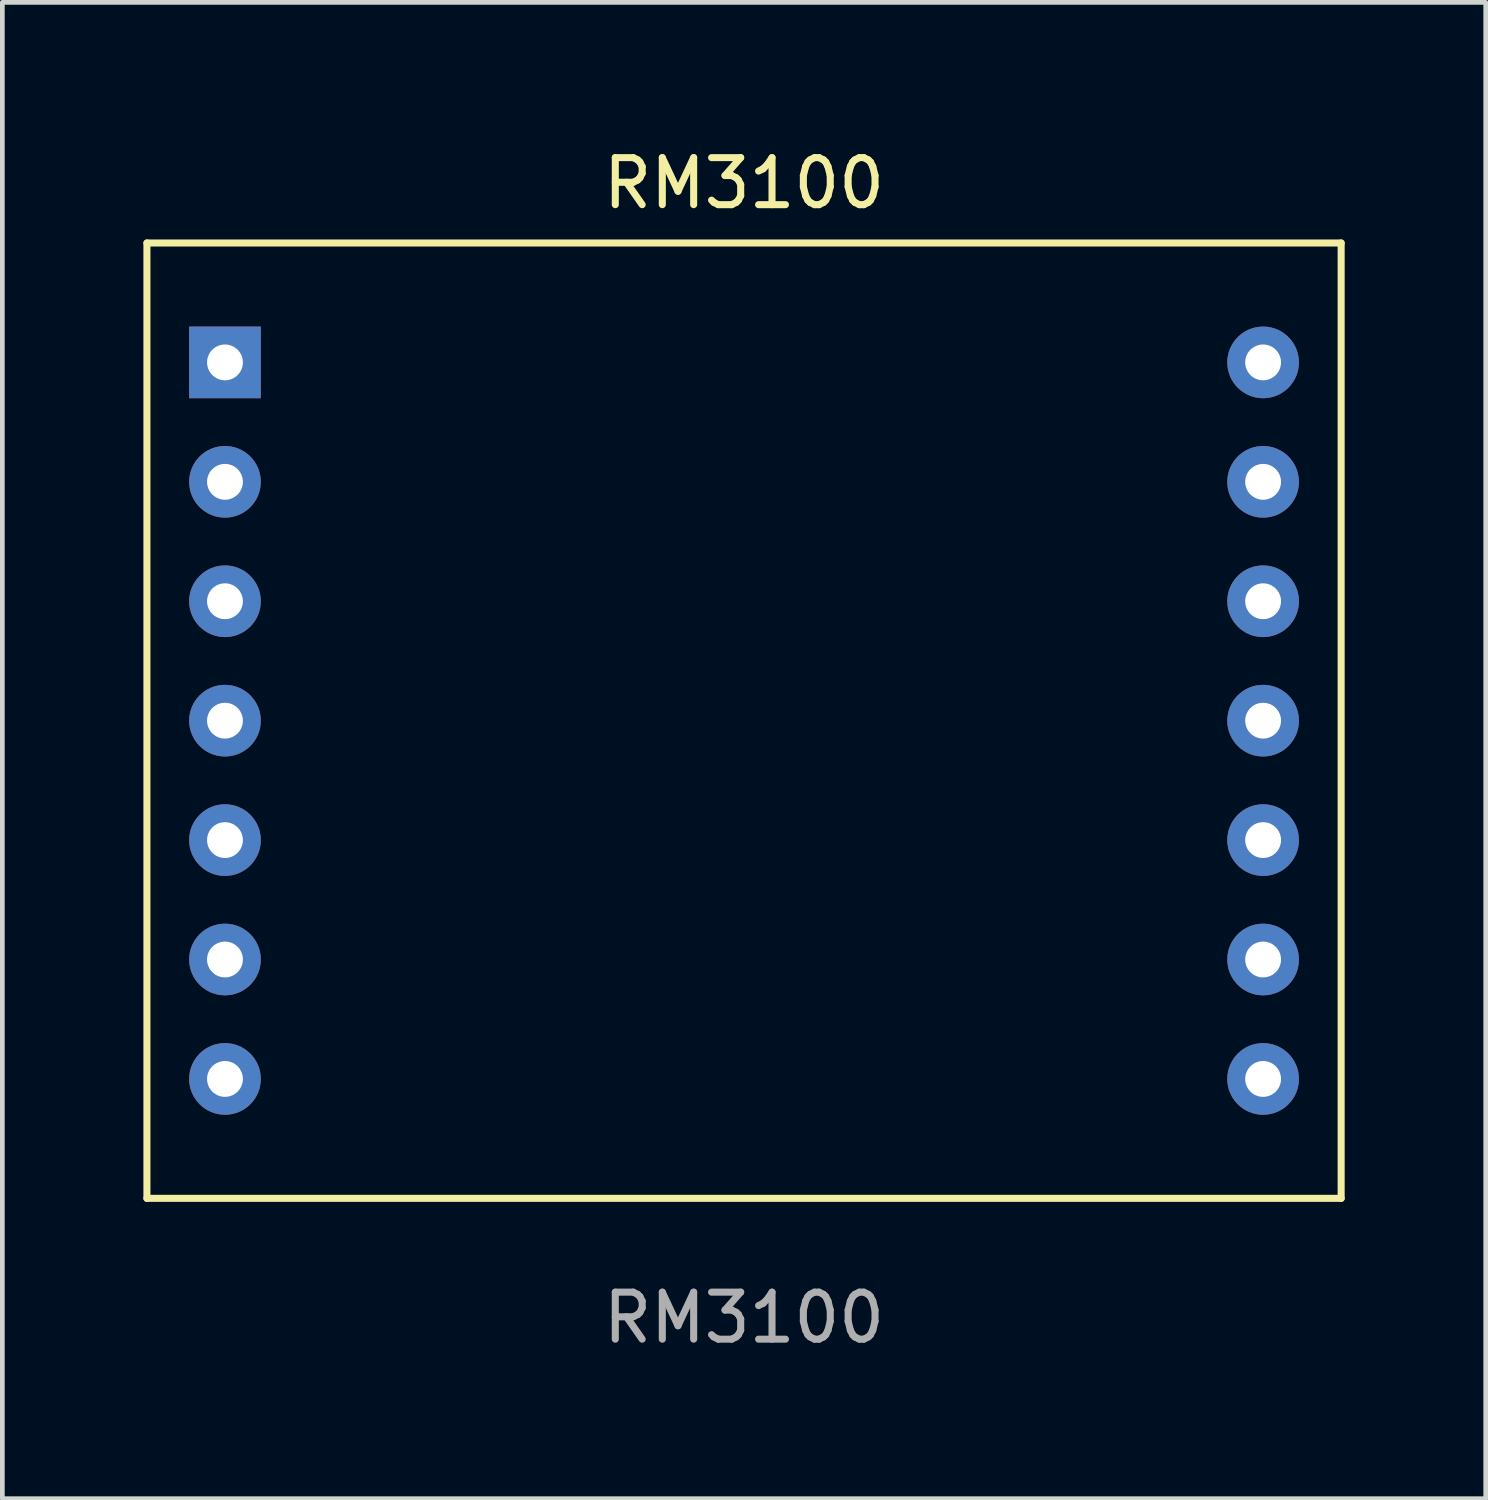
<source format=kicad_pcb>
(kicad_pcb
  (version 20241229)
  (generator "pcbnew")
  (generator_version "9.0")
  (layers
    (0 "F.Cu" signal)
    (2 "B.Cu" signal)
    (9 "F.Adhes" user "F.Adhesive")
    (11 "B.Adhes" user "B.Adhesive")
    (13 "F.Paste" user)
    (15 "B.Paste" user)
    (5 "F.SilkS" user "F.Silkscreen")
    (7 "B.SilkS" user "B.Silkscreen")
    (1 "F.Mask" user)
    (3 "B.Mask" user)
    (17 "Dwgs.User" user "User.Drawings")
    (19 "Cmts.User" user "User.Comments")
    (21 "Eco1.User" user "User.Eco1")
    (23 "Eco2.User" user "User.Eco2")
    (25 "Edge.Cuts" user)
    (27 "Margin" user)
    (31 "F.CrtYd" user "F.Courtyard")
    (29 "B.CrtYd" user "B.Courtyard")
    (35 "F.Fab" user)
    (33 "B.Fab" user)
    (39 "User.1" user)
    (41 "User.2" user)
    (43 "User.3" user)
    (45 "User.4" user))
  (footprint "RM3100"
    (layer "F.Cu")
    (at 12.775 12.278)
    (property "Reference" "RM3100" (at 0 -11.43 0) (unlocked yes) (layer "F.SilkS") (effects (font (size 1 1) (thickness 0.15))))
    (attr through_hole)
    (fp_line (start -12.7 -10.16) (end -12.7 10.16) (stroke (width 0.15) (type solid)) (layer "F.SilkS"))
    (fp_line (start -12.7 -10.16) (end 12.7 -10.16) (stroke (width 0.15) (type solid)) (layer "F.SilkS"))
    (fp_line (start -12.7 10.16) (end 12.7 10.16) (stroke (width 0.15) (type solid)) (layer "F.SilkS"))
    (fp_line (start 12.7 -10.16) (end 12.7 10.16) (stroke (width 0.15) (type solid)) (layer "F.SilkS"))
    (fp_text user "${REFERENCE}" (at 0 12.7 0) (unlocked yes) (layer "F.Fab") (effects (font (size 1 1) (thickness 0.15))))
    (pad "1" thru_hole rect (at -11.04 -7.62) (size 1.524 1.524) (drill 0.762) (layers "*.Cu" "*.Mask"))
    (pad "2" thru_hole circle (at -11.04 -5.08) (size 1.524 1.524) (drill 0.762) (layers "*.Cu" "*.Mask"))
    (pad "3" thru_hole circle (at -11.04 -2.54) (size 1.524 1.524) (drill 0.762) (layers "*.Cu" "*.Mask"))
    (pad "4" thru_hole circle (at -11.04 0) (size 1.524 1.524) (drill 0.762) (layers "*.Cu" "*.Mask"))
    (pad "5" thru_hole circle (at -11.04 2.54) (size 1.524 1.524) (drill 0.762) (layers "*.Cu" "*.Mask"))
    (pad "6" thru_hole circle (at -11.04 5.08) (size 1.524 1.524) (drill 0.762) (layers "*.Cu" "*.Mask"))
    (pad "7" thru_hole circle (at -11.04 7.62) (size 1.524 1.524) (drill 0.762) (layers "*.Cu" "*.Mask"))
    (pad "8" thru_hole circle (at 11.04 7.62) (size 1.524 1.524) (drill 0.762) (layers "*.Cu" "*.Mask"))
    (pad "9" thru_hole circle (at 11.04 5.08) (size 1.524 1.524) (drill 0.762) (layers "*.Cu" "*.Mask"))
    (pad "10" thru_hole circle (at 11.04 2.54) (size 1.524 1.524) (drill 0.762) (layers "*.Cu" "*.Mask"))
    (pad "11" thru_hole circle (at 11.04 0) (size 1.524 1.524) (drill 0.762) (layers "*.Cu" "*.Mask"))
    (pad "12" thru_hole circle (at 11.04 -2.54) (size 1.524 1.524) (drill 0.762) (layers "*.Cu" "*.Mask"))
    (pad "13" thru_hole circle (at 11.04 -5.08) (size 1.524 1.524) (drill 0.762) (layers "*.Cu" "*.Mask"))
    (pad "14" thru_hole circle (at 11.04 -7.62) (size 1.524 1.524) (drill 0.762) (layers "*.Cu" "*.Mask")))
  (gr_rect
    (start -3 -3)
    (end 28.55 28.826)
    (stroke (width 0.1) (type default))
    (fill no)
    (layer "Edge.Cuts")))
</source>
